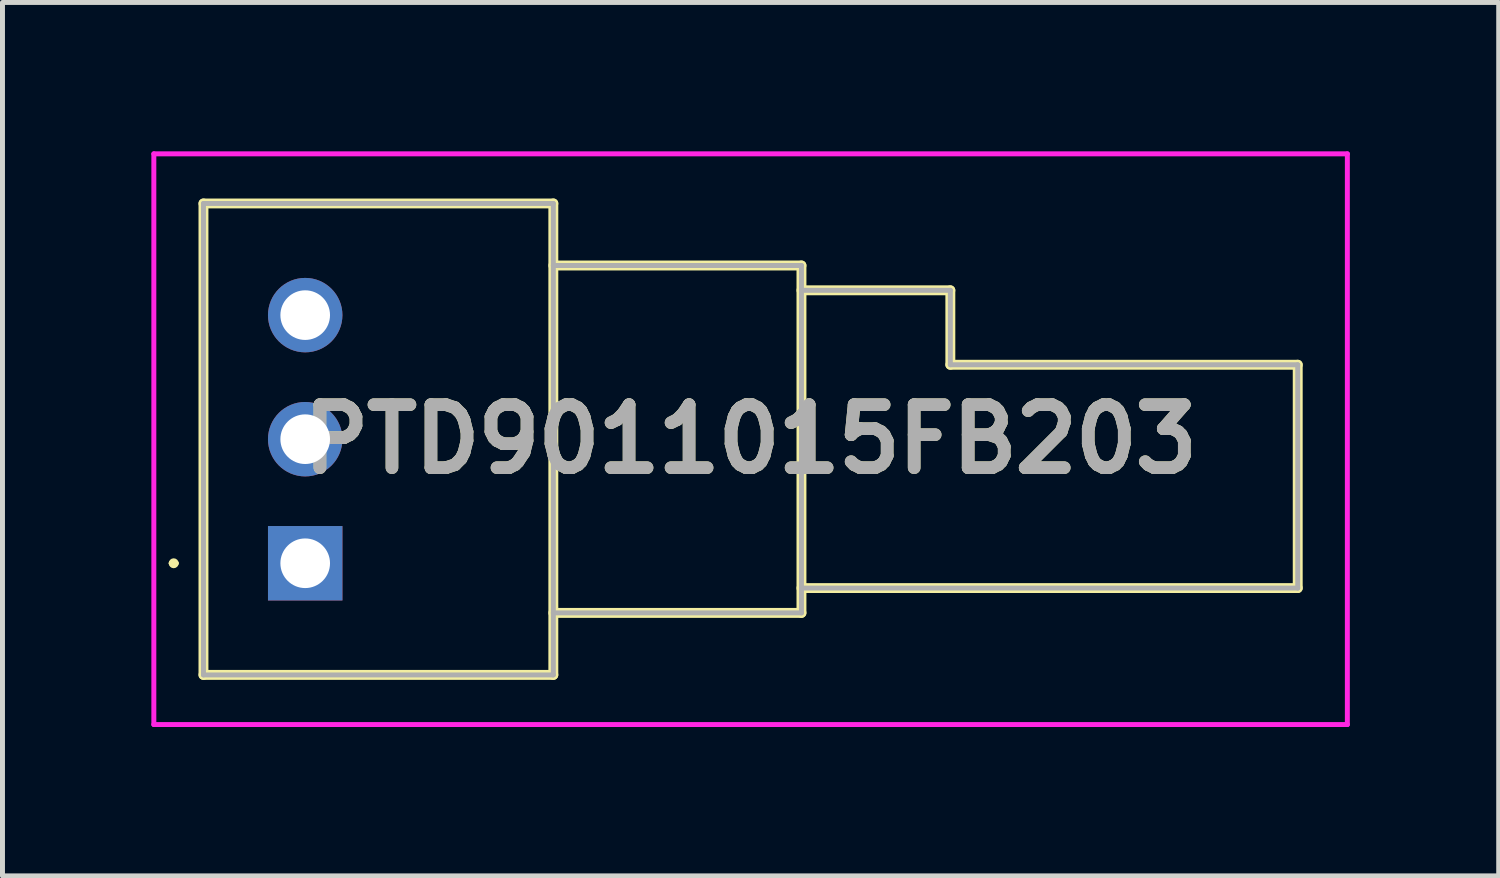
<source format=kicad_pcb>
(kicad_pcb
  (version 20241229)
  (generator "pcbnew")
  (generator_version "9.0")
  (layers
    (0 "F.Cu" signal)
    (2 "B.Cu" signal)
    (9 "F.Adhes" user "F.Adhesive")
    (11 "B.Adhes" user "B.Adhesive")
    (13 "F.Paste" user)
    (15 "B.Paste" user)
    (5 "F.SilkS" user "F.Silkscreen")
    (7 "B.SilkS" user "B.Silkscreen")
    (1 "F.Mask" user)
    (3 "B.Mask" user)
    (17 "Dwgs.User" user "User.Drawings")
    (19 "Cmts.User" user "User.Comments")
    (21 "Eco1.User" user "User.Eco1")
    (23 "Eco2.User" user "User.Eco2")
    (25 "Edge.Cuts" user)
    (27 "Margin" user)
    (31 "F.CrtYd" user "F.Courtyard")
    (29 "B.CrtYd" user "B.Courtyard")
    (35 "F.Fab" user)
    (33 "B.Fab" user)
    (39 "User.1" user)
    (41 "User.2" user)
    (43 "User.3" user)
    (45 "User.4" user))
  (footprint "PTD9011015FB203"
    (layer "F.Cu")
    (at 3.1 8.3)
    (property "Reference" "PTD9011015FB203" (at 8.975 -2.5 0) (layer "F.SilkS") (effects (font (size 1.27 1.27) (thickness 0.254))))
    (attr through_hole)
    (fp_line (start -2.7 0) (end -2.7 0) (stroke (width 0.1) (type solid)) (layer "F.SilkS"))
    (fp_line (start -2.6 0) (end -2.6 0) (stroke (width 0.1) (type solid)) (layer "F.SilkS"))
    (fp_line (start -2.05 -7.25) (end 5 -7.25) (stroke (width 0.2) (type solid)) (layer "F.SilkS"))
    (fp_line (start -2.05 2.25) (end -2.05 -7.25) (stroke (width 0.2) (type solid)) (layer "F.SilkS"))
    (fp_line (start 5 -7.25) (end 5 2.25) (stroke (width 0.2) (type solid)) (layer "F.SilkS"))
    (fp_line (start 5 -6) (end 10 -6) (stroke (width 0.2) (type solid)) (layer "F.SilkS"))
    (fp_line (start 5 2.25) (end -2.05 2.25) (stroke (width 0.2) (type solid)) (layer "F.SilkS"))
    (fp_line (start 10 -6) (end 10 1) (stroke (width 0.2) (type solid)) (layer "F.SilkS"))
    (fp_line (start 10 -5.5) (end 13 -5.5) (stroke (width 0.2) (type solid)) (layer "F.SilkS"))
    (fp_line (start 10 1) (end 5 1) (stroke (width 0.2) (type solid)) (layer "F.SilkS"))
    (fp_line (start 13 -5.5) (end 13 -4) (stroke (width 0.2) (type solid)) (layer "F.SilkS"))
    (fp_line (start 13 -4) (end 20 -4) (stroke (width 0.2) (type solid)) (layer "F.SilkS"))
    (fp_line (start 20 -4) (end 20 0.5) (stroke (width 0.2) (type solid)) (layer "F.SilkS"))
    (fp_line (start 20 0.5) (end 10 0.5) (stroke (width 0.2) (type solid)) (layer "F.SilkS"))
    (fp_arc (start -2.7 0) (mid -2.65 -0.05) (end -2.6 0) (stroke (width 0.1) (type solid)) (layer "F.SilkS"))
    (fp_arc (start -2.6 0) (mid -2.65 0.05) (end -2.7 0) (stroke (width 0.1) (type solid)) (layer "F.SilkS"))
    (fp_line (start -3.05 -8.25) (end 21 -8.25) (stroke (width 0.1) (type solid)) (layer "F.CrtYd"))
    (fp_line (start -3.05 3.25) (end -3.05 -8.25) (stroke (width 0.1) (type solid)) (layer "F.CrtYd"))
    (fp_line (start 21 -8.25) (end 21 3.25) (stroke (width 0.1) (type solid)) (layer "F.CrtYd"))
    (fp_line (start 21 3.25) (end -3.05 3.25) (stroke (width 0.1) (type solid)) (layer "F.CrtYd"))
    (fp_line (start -2.05 -7.25) (end 5 -7.25) (stroke (width 0.1) (type solid)) (layer "F.Fab"))
    (fp_line (start -2.05 2.25) (end -2.05 -7.25) (stroke (width 0.1) (type solid)) (layer "F.Fab"))
    (fp_line (start 5 -7.25) (end 5 2.25) (stroke (width 0.1) (type solid)) (layer "F.Fab"))
    (fp_line (start 5 -6) (end 10 -6) (stroke (width 0.1) (type solid)) (layer "F.Fab"))
    (fp_line (start 5 2.25) (end -2.05 2.25) (stroke (width 0.1) (type solid)) (layer "F.Fab"))
    (fp_line (start 10 -6) (end 10 1) (stroke (width 0.1) (type solid)) (layer "F.Fab"))
    (fp_line (start 10 -5.5) (end 13 -5.5) (stroke (width 0.1) (type solid)) (layer "F.Fab"))
    (fp_line (start 10 1) (end 5 1) (stroke (width 0.1) (type solid)) (layer "F.Fab"))
    (fp_line (start 13 -5.5) (end 13 -4) (stroke (width 0.1) (type solid)) (layer "F.Fab"))
    (fp_line (start 13 -4) (end 20 -4) (stroke (width 0.1) (type solid)) (layer "F.Fab"))
    (fp_line (start 20 -4) (end 20 0.5) (stroke (width 0.1) (type solid)) (layer "F.Fab"))
    (fp_line (start 20 0.5) (end 10 0.5) (stroke (width 0.1) (type solid)) (layer "F.Fab"))
    (fp_text user "${REFERENCE}" (at 8.975 -2.5 0) (layer "F.Fab") (effects (font (size 1.27 1.27) (thickness 0.254))))
    (pad "R1" thru_hole rect (at 0 0) (size 1.5 1.5) (drill 1) (layers "*.Cu" "*.Mask"))
    (pad "R2" thru_hole circle (at 0 -2.5) (size 1.5 1.5) (drill 1) (layers "*.Cu" "*.Mask"))
    (pad "R3" thru_hole circle (at 0 -5) (size 1.5 1.5) (drill 1) (layers "*.Cu" "*.Mask")))
  (gr_rect
    (start -3 -3)
    (end 27.15 14.6)
    (stroke (width 0.1) (type default))
    (fill no)
    (layer "Edge.Cuts")))
</source>
